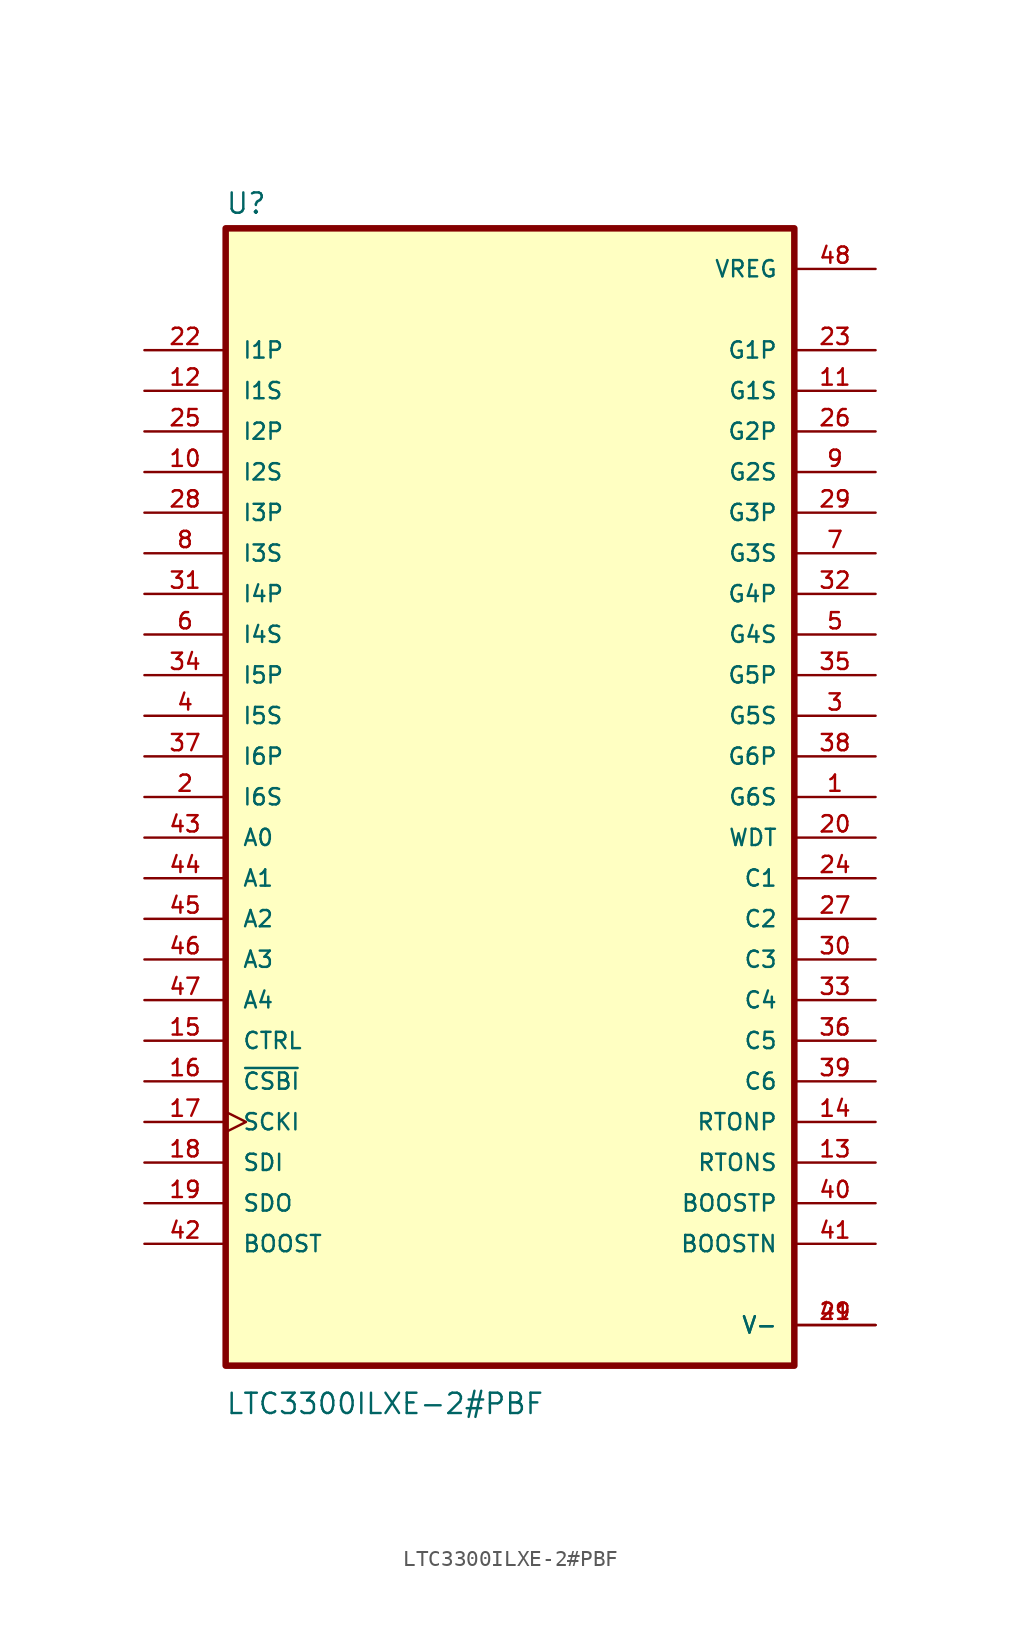
<source format=kicad_sym>
(kicad_symbol_lib
  (version 20211014)
  (generator kicad_symbol_editor)
  (symbol "LTC3300ILXE-2#PBF"
    (pin_names
      (offset 1.016))
    (property "Reference" "U"
      (at -17.805 36.373 0)
      (effects (font (size 1.27 1.27)) (justify left bottom)))
    (property "Value" "LTC3300ILXE-2#PBF"
      (at -17.805 -38.684 0)
      (effects (font (size 1.27 1.27)) (justify left bottom)))
    (property "ki_locked" ""
      (at 0 0 0)
      (effects (font (size 1.27 1.27))))
    (symbol "LTC3300ILXE-2#PBF_0_0"
      (rectangle (start -17.78 -35.56) (end 17.78 35.56) (stroke (width 0.406) (type default) (color 0 0 0 0)) (fill (type background)))
      (pin output line (at 22.86 0 180) (length 5.08) (name "G6S" (effects (font (size 1.016 1.016)))) (number "1" (effects (font (size 1.016 1.016)))))
      (pin input line (at -22.86 20.32 0) (length 5.08) (name "I2S" (effects (font (size 1.016 1.016)))) (number "10" (effects (font (size 1.016 1.016)))))
      (pin output line (at 22.86 25.4 180) (length 5.08) (name "G1S" (effects (font (size 1.016 1.016)))) (number "11" (effects (font (size 1.016 1.016)))))
      (pin input line (at -22.86 25.4 0) (length 5.08) (name "I1S" (effects (font (size 1.016 1.016)))) (number "12" (effects (font (size 1.016 1.016)))))
      (pin passive line (at 22.86 -22.86 180) (length 5.08) (name "RTONS" (effects (font (size 1.016 1.016)))) (number "13" (effects (font (size 1.016 1.016)))))
      (pin passive line (at 22.86 -20.32 180) (length 5.08) (name "RTONP" (effects (font (size 1.016 1.016)))) (number "14" (effects (font (size 1.016 1.016)))))
      (pin input line (at -22.86 -15.24 0) (length 5.08) (name "CTRL" (effects (font (size 1.016 1.016)))) (number "15" (effects (font (size 1.016 1.016)))))
      (pin input line (at -22.86 -17.78 0) (length 5.08) (name "~{CSBI}" (effects (font (size 1.016 1.016)))) (number "16" (effects (font (size 1.016 1.016)))))
      (pin input clock (at -22.86 -20.32 0) (length 5.08) (name "SCKI" (effects (font (size 1.016 1.016)))) (number "17" (effects (font (size 1.016 1.016)))))
      (pin input line (at -22.86 -22.86 0) (length 5.08) (name "SDI" (effects (font (size 1.016 1.016)))) (number "18" (effects (font (size 1.016 1.016)))))
      (pin output line (at -22.86 -25.4 0) (length 5.08) (name "SDO" (effects (font (size 1.016 1.016)))) (number "19" (effects (font (size 1.016 1.016)))))
      (pin input line (at -22.86 0 0) (length 5.08) (name "I6S" (effects (font (size 1.016 1.016)))) (number "2" (effects (font (size 1.016 1.016)))))
      (pin output line (at 22.86 -2.54 180) (length 5.08) (name "WDT" (effects (font (size 1.016 1.016)))) (number "20" (effects (font (size 1.016 1.016)))))
      (pin power_in line (at 22.86 -33.02 180) (length 5.08) (name "V-" (effects (font (size 1.016 1.016)))) (number "21" (effects (font (size 1.016 1.016)))))
      (pin input line (at -22.86 27.94 0) (length 5.08) (name "I1P" (effects (font (size 1.016 1.016)))) (number "22" (effects (font (size 1.016 1.016)))))
      (pin output line (at 22.86 27.94 180) (length 5.08) (name "G1P" (effects (font (size 1.016 1.016)))) (number "23" (effects (font (size 1.016 1.016)))))
      (pin passive line (at 22.86 -5.08 180) (length 5.08) (name "C1" (effects (font (size 1.016 1.016)))) (number "24" (effects (font (size 1.016 1.016)))))
      (pin input line (at -22.86 22.86 0) (length 5.08) (name "I2P" (effects (font (size 1.016 1.016)))) (number "25" (effects (font (size 1.016 1.016)))))
      (pin output line (at 22.86 22.86 180) (length 5.08) (name "G2P" (effects (font (size 1.016 1.016)))) (number "26" (effects (font (size 1.016 1.016)))))
      (pin passive line (at 22.86 -7.62 180) (length 5.08) (name "C2" (effects (font (size 1.016 1.016)))) (number "27" (effects (font (size 1.016 1.016)))))
      (pin input line (at -22.86 17.78 0) (length 5.08) (name "I3P" (effects (font (size 1.016 1.016)))) (number "28" (effects (font (size 1.016 1.016)))))
      (pin output line (at 22.86 17.78 180) (length 5.08) (name "G3P" (effects (font (size 1.016 1.016)))) (number "29" (effects (font (size 1.016 1.016)))))
      (pin output line (at 22.86 5.08 180) (length 5.08) (name "G5S" (effects (font (size 1.016 1.016)))) (number "3" (effects (font (size 1.016 1.016)))))
      (pin passive line (at 22.86 -10.16 180) (length 5.08) (name "C3" (effects (font (size 1.016 1.016)))) (number "30" (effects (font (size 1.016 1.016)))))
      (pin input line (at -22.86 12.7 0) (length 5.08) (name "I4P" (effects (font (size 1.016 1.016)))) (number "31" (effects (font (size 1.016 1.016)))))
      (pin output line (at 22.86 12.7 180) (length 5.08) (name "G4P" (effects (font (size 1.016 1.016)))) (number "32" (effects (font (size 1.016 1.016)))))
      (pin passive line (at 22.86 -12.7 180) (length 5.08) (name "C4" (effects (font (size 1.016 1.016)))) (number "33" (effects (font (size 1.016 1.016)))))
      (pin input line (at -22.86 7.62 0) (length 5.08) (name "I5P" (effects (font (size 1.016 1.016)))) (number "34" (effects (font (size 1.016 1.016)))))
      (pin output line (at 22.86 7.62 180) (length 5.08) (name "G5P" (effects (font (size 1.016 1.016)))) (number "35" (effects (font (size 1.016 1.016)))))
      (pin passive line (at 22.86 -15.24 180) (length 5.08) (name "C5" (effects (font (size 1.016 1.016)))) (number "36" (effects (font (size 1.016 1.016)))))
      (pin input line (at -22.86 2.54 0) (length 5.08) (name "I6P" (effects (font (size 1.016 1.016)))) (number "37" (effects (font (size 1.016 1.016)))))
      (pin output line (at 22.86 2.54 180) (length 5.08) (name "G6P" (effects (font (size 1.016 1.016)))) (number "38" (effects (font (size 1.016 1.016)))))
      (pin passive line (at 22.86 -17.78 180) (length 5.08) (name "C6" (effects (font (size 1.016 1.016)))) (number "39" (effects (font (size 1.016 1.016)))))
      (pin input line (at -22.86 5.08 0) (length 5.08) (name "I5S" (effects (font (size 1.016 1.016)))) (number "4" (effects (font (size 1.016 1.016)))))
      (pin passive line (at 22.86 -25.4 180) (length 5.08) (name "BOOSTP" (effects (font (size 1.016 1.016)))) (number "40" (effects (font (size 1.016 1.016)))))
      (pin passive line (at 22.86 -27.94 180) (length 5.08) (name "BOOSTN" (effects (font (size 1.016 1.016)))) (number "41" (effects (font (size 1.016 1.016)))))
      (pin input line (at -22.86 -27.94 0) (length 5.08) (name "BOOST" (effects (font (size 1.016 1.016)))) (number "42" (effects (font (size 1.016 1.016)))))
      (pin input line (at -22.86 -2.54 0) (length 5.08) (name "A0" (effects (font (size 1.016 1.016)))) (number "43" (effects (font (size 1.016 1.016)))))
      (pin input line (at -22.86 -5.08 0) (length 5.08) (name "A1" (effects (font (size 1.016 1.016)))) (number "44" (effects (font (size 1.016 1.016)))))
      (pin input line (at -22.86 -7.62 0) (length 5.08) (name "A2" (effects (font (size 1.016 1.016)))) (number "45" (effects (font (size 1.016 1.016)))))
      (pin input line (at -22.86 -10.16 0) (length 5.08) (name "A3" (effects (font (size 1.016 1.016)))) (number "46" (effects (font (size 1.016 1.016)))))
      (pin input line (at -22.86 -12.7 0) (length 5.08) (name "A4" (effects (font (size 1.016 1.016)))) (number "47" (effects (font (size 1.016 1.016)))))
      (pin power_in line (at 22.86 33.02 180) (length 5.08) (name "VREG" (effects (font (size 1.016 1.016)))) (number "48" (effects (font (size 1.016 1.016)))))
      (pin power_in line (at 22.86 -33.02 180) (length 5.08) (name "V-" (effects (font (size 1.016 1.016)))) (number "49" (effects (font (size 1.016 1.016)))))
      (pin output line (at 22.86 10.16 180) (length 5.08) (name "G4S" (effects (font (size 1.016 1.016)))) (number "5" (effects (font (size 1.016 1.016)))))
      (pin input line (at -22.86 10.16 0) (length 5.08) (name "I4S" (effects (font (size 1.016 1.016)))) (number "6" (effects (font (size 1.016 1.016)))))
      (pin output line (at 22.86 15.24 180) (length 5.08) (name "G3S" (effects (font (size 1.016 1.016)))) (number "7" (effects (font (size 1.016 1.016)))))
      (pin input line (at -22.86 15.24 0) (length 5.08) (name "I3S" (effects (font (size 1.016 1.016)))) (number "8" (effects (font (size 1.016 1.016)))))
      (pin output line (at 22.86 20.32 180) (length 5.08) (name "G2S" (effects (font (size 1.016 1.016)))) (number "9" (effects (font (size 1.016 1.016))))))))
</source>
